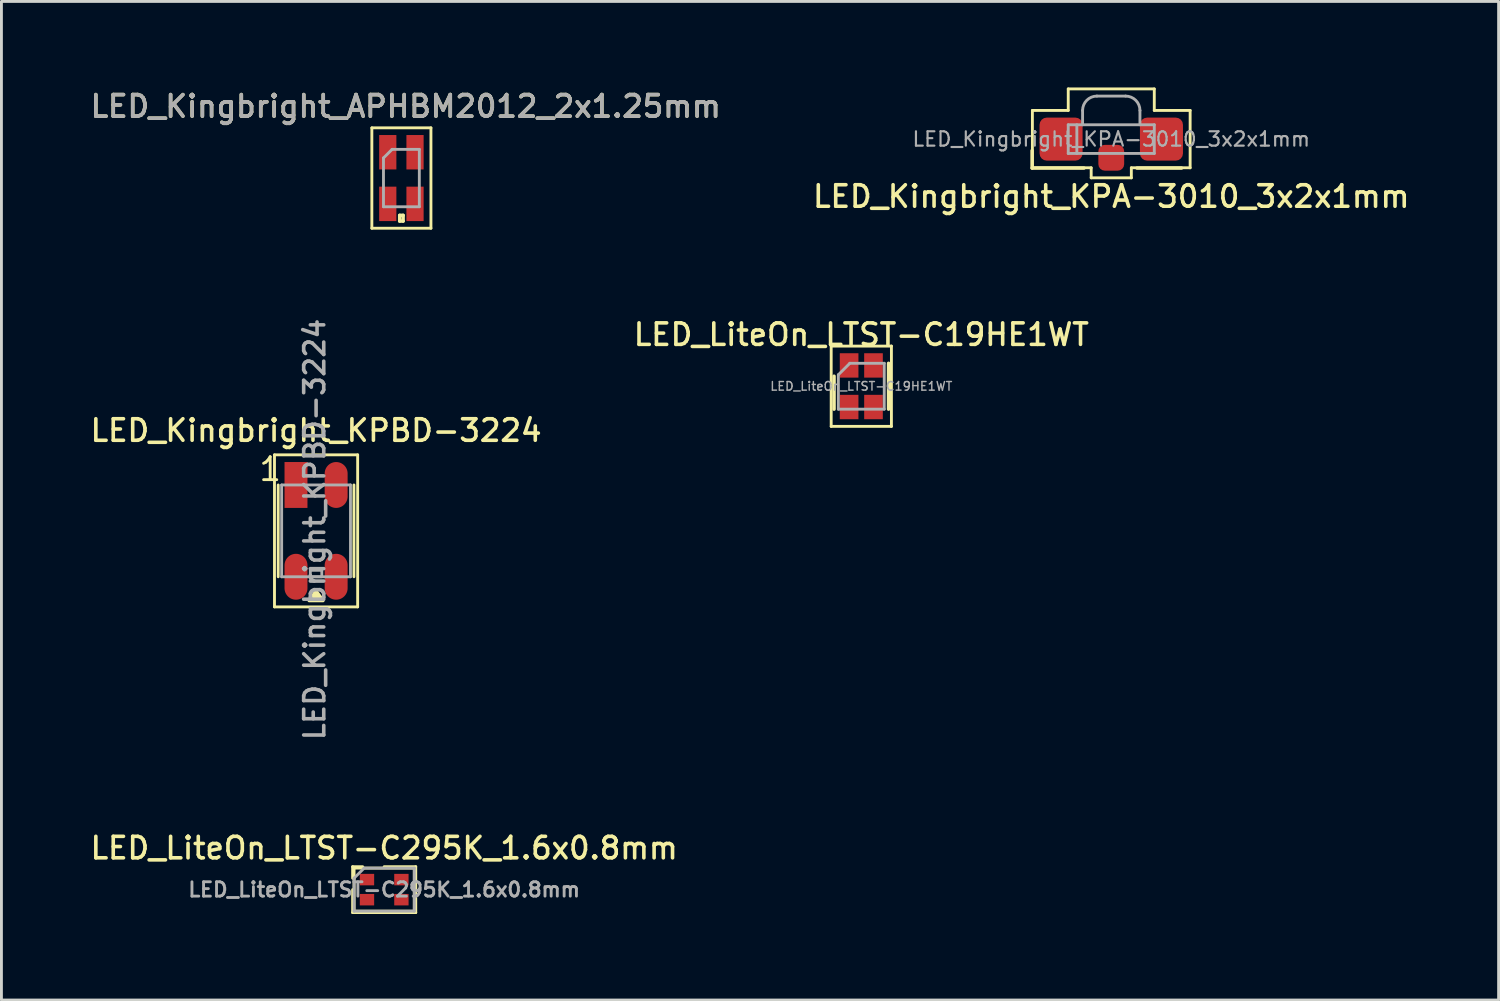
<source format=kicad_pcb>
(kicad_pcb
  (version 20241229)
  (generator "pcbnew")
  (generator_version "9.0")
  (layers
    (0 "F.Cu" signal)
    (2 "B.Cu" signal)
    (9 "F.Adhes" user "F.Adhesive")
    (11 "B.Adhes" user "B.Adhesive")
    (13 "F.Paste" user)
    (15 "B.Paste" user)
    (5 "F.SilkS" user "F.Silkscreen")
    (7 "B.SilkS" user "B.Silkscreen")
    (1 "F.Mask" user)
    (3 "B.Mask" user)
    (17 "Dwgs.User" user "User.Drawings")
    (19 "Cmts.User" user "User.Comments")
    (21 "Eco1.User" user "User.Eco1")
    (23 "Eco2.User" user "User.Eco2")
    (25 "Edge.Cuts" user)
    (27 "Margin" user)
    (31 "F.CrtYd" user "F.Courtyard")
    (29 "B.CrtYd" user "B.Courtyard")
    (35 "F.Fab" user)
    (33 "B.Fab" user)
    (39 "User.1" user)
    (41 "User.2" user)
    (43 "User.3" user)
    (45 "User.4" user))
  (footprint "LED_LiteOn_LTST-C19HE1WT"
    (layer "F.Cu")
    (at 26.98 10.416)
    (property "Reference" "LED_LiteOn_LTST-C19HE1WT" (at 0 -1.8 0) (layer "F.SilkS") (effects (font (size 0.75 0.75) (thickness 0.125))))
    (attr smd)
    (fp_line (start -1.05 -1.4) (end 1.05 -1.4) (stroke (width 0.1) (type solid)) (layer "F.SilkS"))
    (fp_line (start -1.05 1.4) (end -1.05 -1.4) (stroke (width 0.1) (type solid)) (layer "F.SilkS"))
    (fp_line (start -0.95 -0.35) (end -0.95 0.8) (stroke (width 0.12) (type solid)) (layer "F.SilkS"))
    (fp_line (start 0.95 -0.8) (end 0.95 0.8) (stroke (width 0.12) (type solid)) (layer "F.SilkS"))
    (fp_line (start 1.05 -1.4) (end 1.05 1.4) (stroke (width 0.1) (type solid)) (layer "F.SilkS"))
    (fp_line (start 1.05 1.4) (end -1.05 1.4) (stroke (width 0.1) (type solid)) (layer "F.SilkS"))
    (fp_line (start -0.8 -0.4) (end -0.8 0.8) (stroke (width 0.1) (type solid)) (layer "F.Fab"))
    (fp_line (start -0.8 0.8) (end 0.8 0.8) (stroke (width 0.1) (type solid)) (layer "F.Fab"))
    (fp_line (start -0.4 -0.8) (end -0.8 -0.4) (stroke (width 0.1) (type solid)) (layer "F.Fab"))
    (fp_line (start 0.8 -0.8) (end -0.4 -0.8) (stroke (width 0.1) (type solid)) (layer "F.Fab"))
    (fp_line (start 0.8 0.8) (end 0.8 -0.8) (stroke (width 0.1) (type solid)) (layer "F.Fab"))
    (fp_text user "${REFERENCE}" (at 0 0 0) (layer "F.Fab") (effects (font (size 0.3 0.3) (thickness 0.05))))
    (pad "1" smd rect (at -0.425 -0.725) (size 0.65 0.85) (layers "F.Cu" "F.Mask" "F.Paste"))
    (pad "2" smd rect (at 0.425 -0.725) (size 0.65 0.85) (layers "F.Cu" "F.Mask" "F.Paste"))
    (pad "3" smd rect (at 0.425 0.725) (size 0.65 0.85) (layers "F.Cu" "F.Mask" "F.Paste"))
    (pad "4" smd rect (at -0.425 0.725) (size 0.65 0.85) (layers "F.Cu" "F.Mask" "F.Paste")))
  (footprint "LED_Kingbright_KPBD-3224"
    (layer "F.Cu")
    (at 7.97 15.459)
    (property "Reference" "LED_Kingbright_KPBD-3224" (at 0 -3.5 0) (layer "F.SilkS") (effects (font (size 0.75 0.75) (thickness 0.125))))
    (attr smd)
    (fp_line (start -1.45 -2.65) (end -1.45 2.65) (stroke (width 0.1) (type solid)) (layer "F.SilkS"))
    (fp_line (start -1.45 2.65) (end 1.45 2.65) (stroke (width 0.1) (type solid)) (layer "F.SilkS"))
    (fp_line (start -1.32 1.6) (end -1.32 -1.6) (stroke (width 0.1) (type solid)) (layer "F.SilkS"))
    (fp_line (start 1.32 -1.6) (end 1.32 1.6) (stroke (width 0.1) (type solid)) (layer "F.SilkS"))
    (fp_line (start 1.45 -2.65) (end -1.45 -2.65) (stroke (width 0.1) (type solid)) (layer "F.SilkS"))
    (fp_line (start 1.45 2.65) (end 1.45 -2.65) (stroke (width 0.1) (type solid)) (layer "F.SilkS"))
    (fp_poly (pts (xy 0 2.1) (xy 0.24 2.43) (xy -0.24 2.43) (xy 0 2.1)) (stroke (width 0.12) (type solid)) (fill yes) (layer "F.SilkS"))
    (fp_line (start -1.2 -1.6) (end -1.2 1.6) (stroke (width 0.1) (type solid)) (layer "F.Fab"))
    (fp_line (start -1.2 -1.6) (end 1.2 -1.6) (stroke (width 0.1) (type solid)) (layer "F.Fab"))
    (fp_line (start -1.2 1.6) (end 1.2 1.6) (stroke (width 0.1) (type solid)) (layer "F.Fab"))
    (fp_line (start 1.2 -1.6) (end 1.2 1.6) (stroke (width 0.1) (type solid)) (layer "F.Fab"))
    (fp_rect (start -0.2 1.375) (end 0.2 1.6) (stroke (width 0.1) (type default)) (fill no) (layer "F.Fab"))
    (fp_text user "1" (at -1.6 -2.15 0) (unlocked yes) (layer "F.SilkS") (effects (font (size 0.8 0.8) (thickness 0.1))))
    (fp_text user "${REFERENCE}" (at -0.05 -0.05 90) (layer "F.Fab") (effects (font (size 0.7 0.7) (thickness 0.125))))
    (pad "1" smd rect (at -0.7 -1.6 270) (size 1.6 0.8) (layers "F.Cu" "F.Mask" "F.Paste"))
    (pad "2" smd oval (at -0.7 1.6 270) (size 1.6 0.8) (layers "F.Cu" "F.Mask" "F.Paste"))
    (pad "3" smd oval (at 0.7 -1.6 270) (size 1.6 0.8) (layers "F.Cu" "F.Mask" "F.Paste"))
    (pad "4" smd oval (at 0.7 1.6 270) (size 1.6 0.8) (layers "F.Cu" "F.Mask" "F.Paste")))
  (footprint "LED_LiteOn_LTST-C295K_1.6x0.8mm"
    (layer "F.Cu")
    (at 10.345 27.968)
    (property "Reference" "LED_LiteOn_LTST-C295K_1.6x0.8mm" (at 0 -1.45 0) (unlocked yes) (layer "F.SilkS") (effects (font (size 0.75 0.75) (thickness 0.125))))
    (attr smd)
    (fp_line (start -1.1 -0.8) (end -0.75 -0.8) (stroke (width 0.1) (type solid)) (layer "F.SilkS"))
    (fp_line (start -1.1 -0.4) (end -1.1 -0.8) (stroke (width 0.1) (type solid)) (layer "F.SilkS"))
    (fp_line (start -1.1 0.8) (end -1.1 0) (stroke (width 0.1) (type solid)) (layer "F.SilkS"))
    (fp_line (start -1.05 -0.75) (end 1.05 -0.75) (stroke (width 0.1) (type solid)) (layer "F.SilkS"))
    (fp_line (start -1.05 0.75) (end -1.05 -0.75) (stroke (width 0.1) (type solid)) (layer "F.SilkS"))
    (fp_line (start 1.05 -0.75) (end 1.05 0.75) (stroke (width 0.1) (type solid)) (layer "F.SilkS"))
    (fp_line (start 1.05 0.75) (end -1.05 0.75) (stroke (width 0.1) (type solid)) (layer "F.SilkS"))
    (fp_line (start 1.1 -0.8) (end 0 -0.8) (stroke (width 0.1) (type solid)) (layer "F.SilkS"))
    (fp_line (start 1.1 -0.8) (end 1.1 0.8) (stroke (width 0.1) (type solid)) (layer "F.SilkS"))
    (fp_line (start 1.1 0.8) (end -1.1 0.8) (stroke (width 0.1) (type solid)) (layer "F.SilkS"))
    (fp_line (start -1.05 -0.4) (end -0.7 -0.75) (stroke (width 0.1) (type solid)) (layer "F.Fab"))
    (fp_line (start -1.05 0.75) (end -1.05 -0.4) (stroke (width 0.1) (type solid)) (layer "F.Fab"))
    (fp_line (start -0.7 -0.75) (end 1.05 -0.75) (stroke (width 0.1) (type solid)) (layer "F.Fab"))
    (fp_line (start 1.05 -0.75) (end 1.05 0.75) (stroke (width 0.1) (type solid)) (layer "F.Fab"))
    (fp_line (start 1.05 0.75) (end -1.05 0.75) (stroke (width 0.1) (type solid)) (layer "F.Fab"))
    (fp_text user "${REFERENCE}" (at 0 0 0) (unlocked yes) (layer "F.Fab") (effects (font (size 0.5 0.5) (thickness 0.1))))
    (pad "1" smd rect (at -0.6 -0.35 90) (size 0.4 0.5) (layers "F.Cu" "F.Mask" "F.Paste"))
    (pad "2" smd rect (at -0.6 0.35 90) (size 0.4 0.5) (layers "F.Cu" "F.Mask" "F.Paste"))
    (pad "3" smd rect (at 0.6 -0.35 90) (size 0.4 0.5) (layers "F.Cu" "F.Mask" "F.Paste"))
    (pad "4" smd rect (at 0.6 0.35 90) (size 0.4 0.5) (layers "F.Cu" "F.Mask" "F.Paste")))
  (footprint "LED_Kingbright_KPA-3010_3x2x1mm"
    (layer "F.Cu")
    (at 35.695 1.3)
    (property "Reference" "LED_Kingbright_KPA-3010_3x2x1mm" (at 0 2.5 0) (layer "F.SilkS") (effects (font (size 0.75 0.75) (thickness 0.125))))
    (attr smd)
    (fp_line (start -2.76 0.9) (end -2.76 1.51) (stroke (width 0.12) (type solid)) (layer "F.SilkS"))
    (fp_line (start -2.76 1.51) (end -0.95 1.51) (stroke (width 0.12) (type solid)) (layer "F.SilkS"))
    (fp_line (start -2.75 1.5) (end -2.75 -0.5) (stroke (width 0.1) (type default)) (layer "F.SilkS"))
    (fp_line (start -1.5 -1.25) (end -1.5 -0.5) (stroke (width 0.1) (type default)) (layer "F.SilkS"))
    (fp_line (start -1.5 -1.25) (end 1.5 -1.25) (stroke (width 0.1) (type default)) (layer "F.SilkS"))
    (fp_line (start -1.5 -0.5) (end -2.75 -0.5) (stroke (width 0.1) (type default)) (layer "F.SilkS"))
    (fp_line (start -0.7 1.5) (end -2.75 1.5) (stroke (width 0.1) (type default)) (layer "F.SilkS"))
    (fp_line (start -0.7 1.85) (end -0.7 1.5) (stroke (width 0.1) (type default)) (layer "F.SilkS"))
    (fp_line (start 0.7 1.5) (end 0.7 1.85) (stroke (width 0.1) (type default)) (layer "F.SilkS"))
    (fp_line (start 0.7 1.85) (end -0.7 1.85) (stroke (width 0.1) (type default)) (layer "F.SilkS"))
    (fp_line (start 0.895 1.51) (end 2.45 1.51) (stroke (width 0.12) (type solid)) (layer "F.SilkS"))
    (fp_line (start 1.5 -1.25) (end 1.5 -0.5) (stroke (width 0.1) (type default)) (layer "F.SilkS"))
    (fp_line (start 1.5 -0.5) (end 2.75 -0.5) (stroke (width 0.1) (type default)) (layer "F.SilkS"))
    (fp_line (start 2.75 -0.5) (end 2.75 1.5) (stroke (width 0.1) (type default)) (layer "F.SilkS"))
    (fp_line (start 2.75 1.5) (end 0.7 1.5) (stroke (width 0.1) (type default)) (layer "F.SilkS"))
    (fp_line (start -1.5 0) (end 1.5 0) (stroke (width 0.1) (type solid)) (layer "F.Fab"))
    (fp_line (start -1.5 1) (end -1.5 0) (stroke (width 0.1) (type solid)) (layer "F.Fab"))
    (fp_line (start -1.2 0) (end -1.2 1) (stroke (width 0.1) (type solid)) (layer "F.Fab"))
    (fp_line (start -1 0) (end -1 -0.5) (stroke (width 0.1) (type solid)) (layer "F.Fab"))
    (fp_line (start -0.5 -1) (end 0.5 -1) (stroke (width 0.1) (type solid)) (layer "F.Fab"))
    (fp_line (start 1 -0.5) (end 1 0) (stroke (width 0.1) (type solid)) (layer "F.Fab"))
    (fp_line (start 1.5 0) (end 1.5 1) (stroke (width 0.1) (type solid)) (layer "F.Fab"))
    (fp_line (start 1.5 1) (end -1.5 1) (stroke (width 0.1) (type solid)) (layer "F.Fab"))
    (fp_arc (start -1 -0.5) (mid -0.853553 -0.853553) (end -0.5 -1) (stroke (width 0.1) (type solid)) (layer "F.Fab"))
    (fp_arc (start 0.5 -1) (mid 0.853553 -0.853553) (end 1 -0.5) (stroke (width 0.1) (type solid)) (layer "F.Fab"))
    (fp_text user "${REFERENCE}" (at 0 0.5 0) (layer "F.Fab") (effects (font (size 0.5 0.5) (thickness 0.075))))
    (pad "1" smd roundrect (at -1.75 0.5) (size 1.5 1.5) (layers "F.Cu" "F.Mask" "F.Paste") (roundrect_rratio 0.167))
    (pad "2" smd roundrect (at 1.75 0.5) (size 1.5 1.5) (layers "F.Cu" "F.Mask" "F.Paste") (roundrect_rratio 0.167))
    (pad "3" smd roundrect (at 0 1.15) (size 0.9 0.9) (layers "F.Cu" "F.Mask" "F.Paste") (roundrect_rratio 0.25)))
  (footprint "LED_Kingbright_APHBM2012_2x1.25mm"
    (layer "F.Cu")
    (at 10.945 3.158)
    (property "Reference" "LED_Kingbright_APHBM2012_2x1.25mm" (at 0.15 -2.5 180) (layer "F.SilkS") (effects (font (size 0.75 0.75) (thickness 0.125))))
    (attr smd)
    (fp_line (start -1.03 -1.75) (end 1.03 -1.75) (stroke (width 0.1) (type solid)) (layer "F.SilkS"))
    (fp_line (start -1.03 1.75) (end -1.03 -1.75) (stroke (width 0.1) (type solid)) (layer "F.SilkS"))
    (fp_line (start -0.06 1.3) (end -0.06 1.5) (stroke (width 0.12) (type solid)) (layer "F.SilkS"))
    (fp_line (start -0.06 1.5) (end 0.06 1.5) (stroke (width 0.12) (type solid)) (layer "F.SilkS"))
    (fp_line (start 0.06 1.3) (end -0.06 1.3) (stroke (width 0.12) (type solid)) (layer "F.SilkS"))
    (fp_line (start 0.06 1.5) (end 0.06 1.3) (stroke (width 0.12) (type solid)) (layer "F.SilkS"))
    (fp_line (start 1.03 -1.75) (end 1.03 1.75) (stroke (width 0.1) (type solid)) (layer "F.SilkS"))
    (fp_line (start 1.03 1.75) (end -1.03 1.75) (stroke (width 0.1) (type solid)) (layer "F.SilkS"))
    (fp_line (start -0.625 -0.7) (end -0.625 1) (stroke (width 0.1) (type solid)) (layer "F.Fab"))
    (fp_line (start -0.625 -0.7) (end -0.325 -1) (stroke (width 0.1) (type solid)) (layer "F.Fab"))
    (fp_line (start -0.625 1) (end 0.625 1) (stroke (width 0.1) (type solid)) (layer "F.Fab"))
    (fp_line (start 0.625 -1) (end -0.325 -1) (stroke (width 0.1) (type solid)) (layer "F.Fab"))
    (fp_line (start 0.625 1) (end 0.625 -1) (stroke (width 0.1) (type solid)) (layer "F.Fab"))
    (fp_text user "${REFERENCE}" (at 0.15 -2.5 180) (layer "F.Fab") (effects (font (size 0.75 0.75) (thickness 0.125))))
    (pad "1" smd rect (at -0.475 -0.9 90) (size 1.2 0.6) (layers "F.Cu" "F.Mask" "F.Paste"))
    (pad "2" smd rect (at -0.475 0.9 90) (size 1.2 0.6) (layers "F.Cu" "F.Mask" "F.Paste"))
    (pad "3" smd rect (at 0.475 0.9 90) (size 1.2 0.6) (layers "F.Cu" "F.Mask" "F.Paste"))
    (pad "4" smd rect (at 0.475 -0.9 90) (size 1.2 0.6) (layers "F.Cu" "F.Mask" "F.Paste")))
  (gr_rect
    (start -3 -3)
    (end 49.2 31.818)
    (stroke (width 0.1) (type default))
    (fill no)
    (layer "Edge.Cuts")))
</source>
